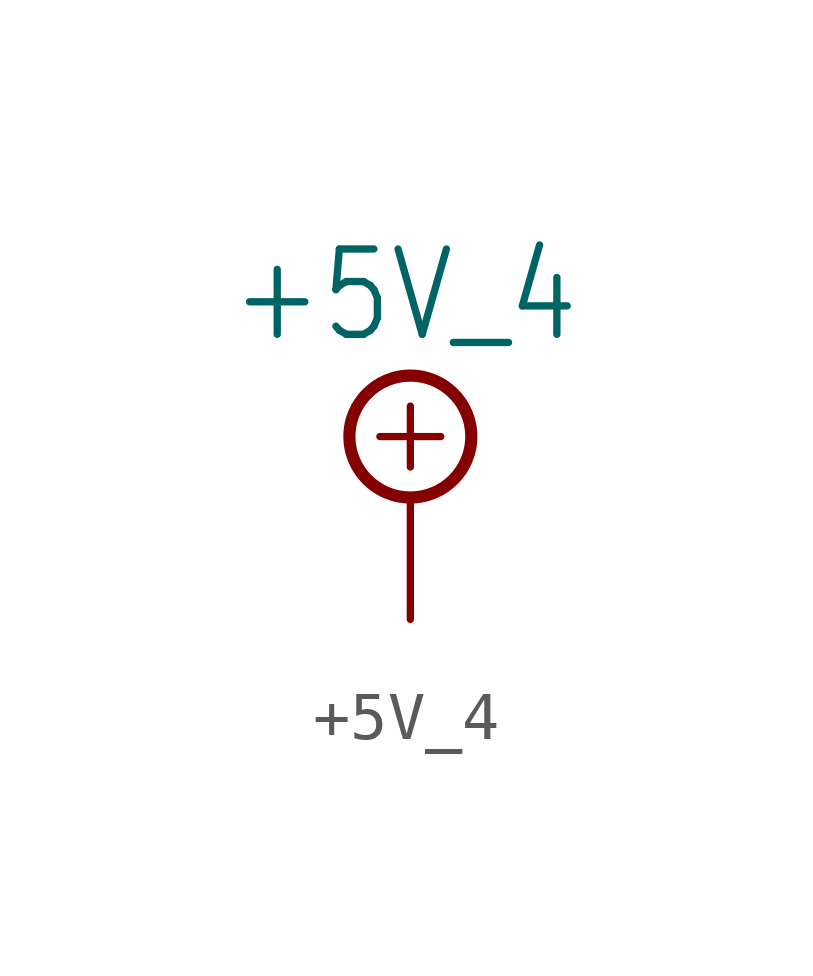
<source format=kicad_sym>
(kicad_symbol_lib
  (version 20201005)
  (generator kicad_symbol_editor)
  (symbol "+5V_4"
    (power)
    (property "Reference" "#SUPPLY"
      (at 0 0 0)
      (effects (font (size 1.27 1.27)) hide))
    (property "Value" "+5V_4"
      (at -3.81 3.175 0)
      (effects (font (size 1.778 1.511)) (justify left bottom)))
    (property "ki_locked" ""
      (at 0 0 0)
      (effects (font (size 1.27 1.27))))
    (symbol "+5V_4_1_0"
      (circle (center 0 1.27) (radius 1.27) (stroke (width 0.254)) (fill (type none)))
      (polyline (pts (xy -0.635 1.27) (xy 0.635 1.27)) (stroke (width 0.152)) (fill (type none)))
      (polyline (pts (xy 0 0.635) (xy 0 1.905)) (stroke (width 0.152)) (fill (type none)))
      (pin power_in line (at 0 -2.54 90) (length 2.54) (name "+5V/4" (effects (font (size 0 0)))) (number "1" (effects (font (size 0 0))))))))
</source>
